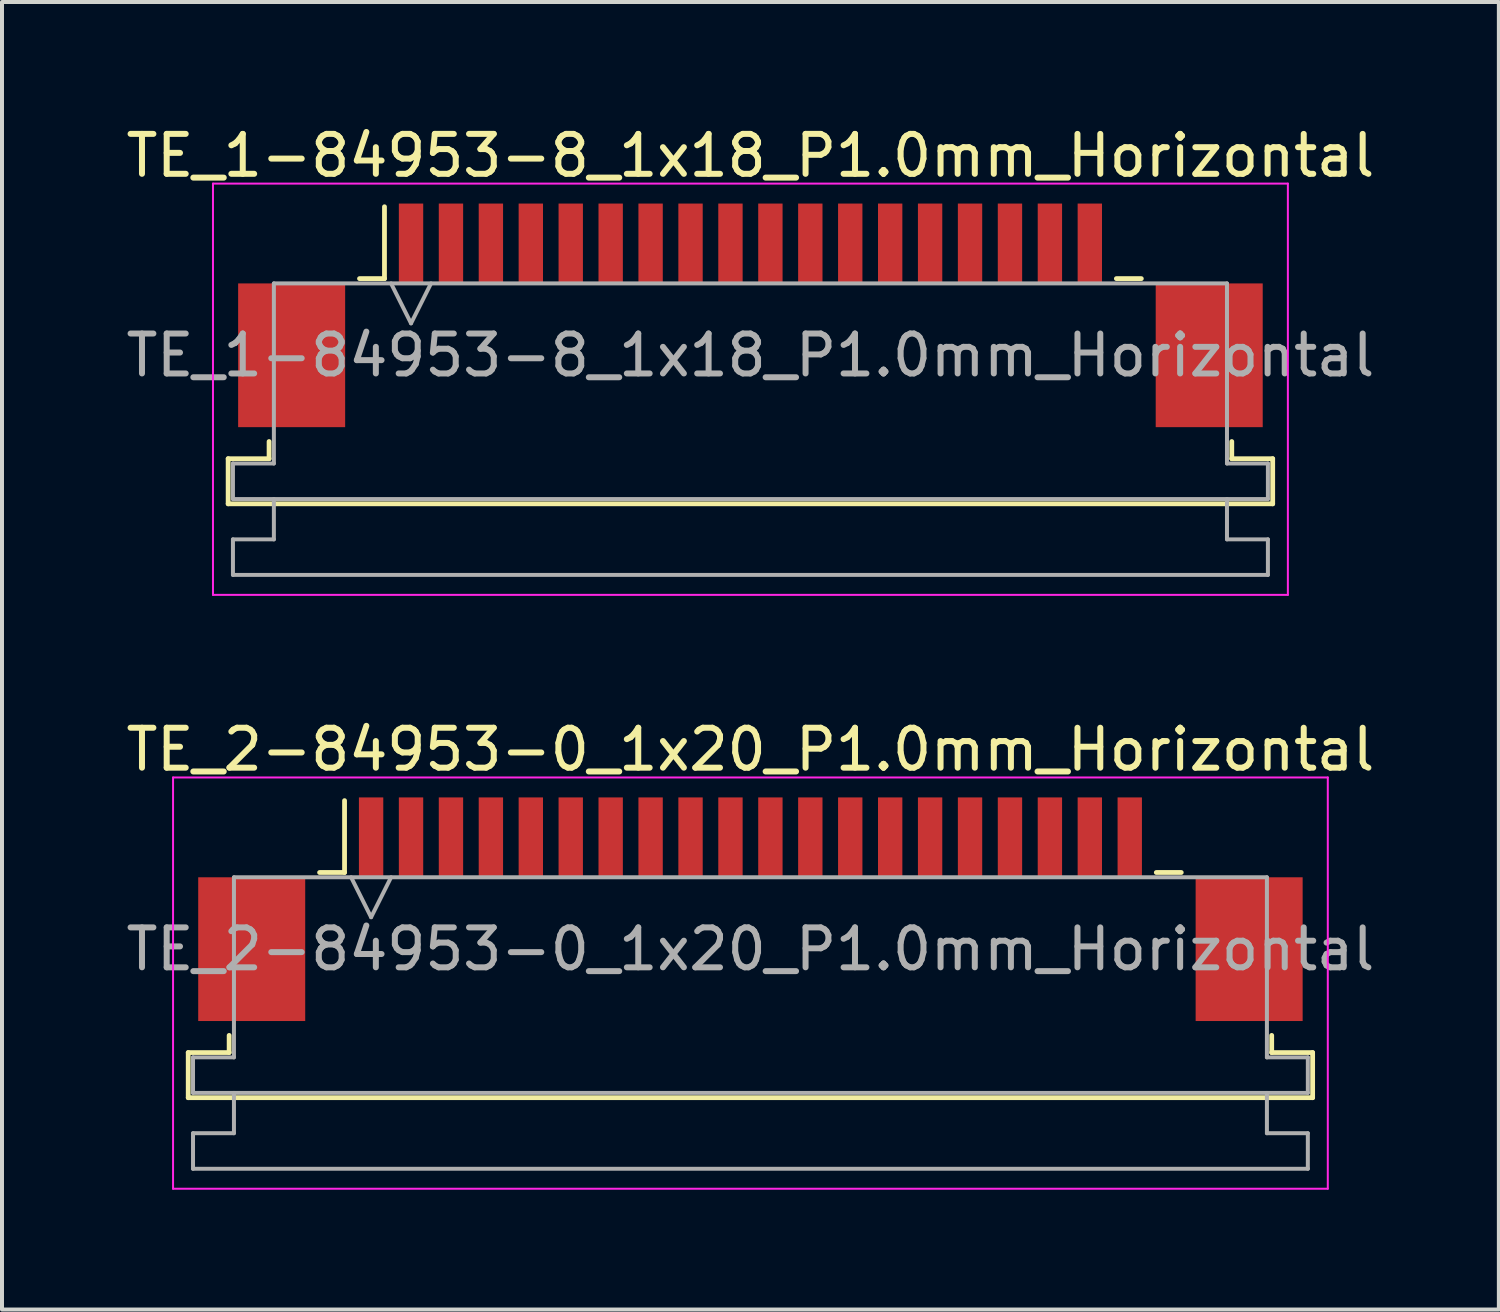
<source format=kicad_pcb>
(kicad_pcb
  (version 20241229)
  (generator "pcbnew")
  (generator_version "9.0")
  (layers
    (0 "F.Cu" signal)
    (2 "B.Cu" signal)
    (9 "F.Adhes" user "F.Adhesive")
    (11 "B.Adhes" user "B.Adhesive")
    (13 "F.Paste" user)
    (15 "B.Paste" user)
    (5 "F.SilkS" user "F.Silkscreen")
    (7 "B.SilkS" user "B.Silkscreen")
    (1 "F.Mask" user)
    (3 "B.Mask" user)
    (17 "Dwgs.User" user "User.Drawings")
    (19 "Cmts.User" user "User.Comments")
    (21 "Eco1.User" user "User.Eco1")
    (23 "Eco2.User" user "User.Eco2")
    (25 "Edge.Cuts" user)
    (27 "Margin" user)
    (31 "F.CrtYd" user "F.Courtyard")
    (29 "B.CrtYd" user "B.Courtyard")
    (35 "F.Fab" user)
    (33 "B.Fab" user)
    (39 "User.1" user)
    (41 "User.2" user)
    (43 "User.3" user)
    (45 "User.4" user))
  (footprint "TE_1-84953-8_1x18_P1.0mm_Horizontal"
    (layer "F.Cu")
    (at 15.744 4.848)
    (property "Reference" "TE_1-84953-8_1x18_P1.0mm_Horizontal" (at 0 -4 0) (layer "F.SilkS") (effects (font (size 1 1) (thickness 0.15))))
    (attr smd)
    (fp_line (start -13.08 3.59) (end -12.055 3.59) (stroke (width 0.12) (type solid)) (layer "F.SilkS"))
    (fp_line (start -13.08 4.72) (end -13.08 3.59) (stroke (width 0.12) (type solid)) (layer "F.SilkS"))
    (fp_line (start -12.055 3.59) (end -12.055 3.16) (stroke (width 0.12) (type solid)) (layer "F.SilkS"))
    (fp_line (start -9.79 -0.92) (end -9.165 -0.92) (stroke (width 0.12) (type solid)) (layer "F.SilkS"))
    (fp_line (start -9.165 -0.92) (end -9.165 -2.72) (stroke (width 0.12) (type solid)) (layer "F.SilkS"))
    (fp_line (start 9.165 -0.92) (end 9.79 -0.92) (stroke (width 0.12) (type solid)) (layer "F.SilkS"))
    (fp_line (start 12.055 3.16) (end 12.055 3.59) (stroke (width 0.12) (type solid)) (layer "F.SilkS"))
    (fp_line (start 12.055 3.59) (end 13.08 3.59) (stroke (width 0.12) (type solid)) (layer "F.SilkS"))
    (fp_line (start 13.08 3.59) (end 13.08 4.72) (stroke (width 0.12) (type solid)) (layer "F.SilkS"))
    (fp_line (start 13.08 4.72) (end -13.08 4.72) (stroke (width 0.12) (type solid)) (layer "F.SilkS"))
    (fp_line (start -13.46 -3.3) (end -13.46 7) (stroke (width 0.05) (type solid)) (layer "F.CrtYd"))
    (fp_line (start -13.46 7) (end 13.46 7) (stroke (width 0.05) (type solid)) (layer "F.CrtYd"))
    (fp_line (start 13.46 -3.3) (end -13.46 -3.3) (stroke (width 0.05) (type solid)) (layer "F.CrtYd"))
    (fp_line (start 13.46 7) (end 13.46 -3.3) (stroke (width 0.05) (type solid)) (layer "F.CrtYd"))
    (fp_line (start -12.96 3.71) (end -11.935 3.71) (stroke (width 0.1) (type solid)) (layer "F.Fab"))
    (fp_line (start -12.96 4.6) (end -12.96 3.71) (stroke (width 0.1) (type solid)) (layer "F.Fab"))
    (fp_line (start -12.96 5.61) (end -11.935 5.61) (stroke (width 0.1) (type solid)) (layer "F.Fab"))
    (fp_line (start -12.96 6.5) (end -12.96 5.61) (stroke (width 0.1) (type solid)) (layer "F.Fab"))
    (fp_line (start -11.935 -0.8) (end 11.935 -0.8) (stroke (width 0.1) (type solid)) (layer "F.Fab"))
    (fp_line (start -11.935 3.71) (end -11.935 -0.8) (stroke (width 0.1) (type solid)) (layer "F.Fab"))
    (fp_line (start -11.935 5.61) (end -11.935 4.6) (stroke (width 0.1) (type solid)) (layer "F.Fab"))
    (fp_line (start -9 -0.8) (end -8.5 0.2) (stroke (width 0.1) (type solid)) (layer "F.Fab"))
    (fp_line (start -8.5 0.2) (end -8 -0.8) (stroke (width 0.1) (type solid)) (layer "F.Fab"))
    (fp_line (start 11.935 -0.8) (end 11.935 3.71) (stroke (width 0.1) (type solid)) (layer "F.Fab"))
    (fp_line (start 11.935 3.71) (end 12.96 3.71) (stroke (width 0.1) (type solid)) (layer "F.Fab"))
    (fp_line (start 11.935 4.6) (end 11.935 5.61) (stroke (width 0.1) (type solid)) (layer "F.Fab"))
    (fp_line (start 11.935 5.61) (end 12.96 5.61) (stroke (width 0.1) (type solid)) (layer "F.Fab"))
    (fp_line (start 12.96 3.71) (end 12.96 4.6) (stroke (width 0.1) (type solid)) (layer "F.Fab"))
    (fp_line (start 12.96 4.6) (end -12.96 4.6) (stroke (width 0.1) (type solid)) (layer "F.Fab"))
    (fp_line (start 12.96 5.61) (end 12.96 6.5) (stroke (width 0.1) (type solid)) (layer "F.Fab"))
    (fp_line (start 12.96 6.5) (end -12.96 6.5) (stroke (width 0.1) (type solid)) (layer "F.Fab"))
    (fp_text user "${REFERENCE}" (at 0 1 0) (layer "F.Fab") (effects (font (size 1 1) (thickness 0.15))))
    (pad "" smd rect (at -11.49 1) (size 2.68 3.6) (layers "F.Cu" "F.Mask" "F.Paste"))
    (pad "" smd rect (at 11.49 1) (size 2.68 3.6) (layers "F.Cu" "F.Mask" "F.Paste"))
    (pad "1" smd rect (at -8.5 -1.8) (size 0.61 2) (layers "F.Cu" "F.Mask" "F.Paste"))
    (pad "2" smd rect (at -7.5 -1.8) (size 0.61 2) (layers "F.Cu" "F.Mask" "F.Paste"))
    (pad "3" smd rect (at -6.5 -1.8) (size 0.61 2) (layers "F.Cu" "F.Mask" "F.Paste"))
    (pad "4" smd rect (at -5.5 -1.8) (size 0.61 2) (layers "F.Cu" "F.Mask" "F.Paste"))
    (pad "5" smd rect (at -4.5 -1.8) (size 0.61 2) (layers "F.Cu" "F.Mask" "F.Paste"))
    (pad "6" smd rect (at -3.5 -1.8) (size 0.61 2) (layers "F.Cu" "F.Mask" "F.Paste"))
    (pad "7" smd rect (at -2.5 -1.8) (size 0.61 2) (layers "F.Cu" "F.Mask" "F.Paste"))
    (pad "8" smd rect (at -1.5 -1.8) (size 0.61 2) (layers "F.Cu" "F.Mask" "F.Paste"))
    (pad "9" smd rect (at -0.5 -1.8) (size 0.61 2) (layers "F.Cu" "F.Mask" "F.Paste"))
    (pad "10" smd rect (at 0.5 -1.8) (size 0.61 2) (layers "F.Cu" "F.Mask" "F.Paste"))
    (pad "11" smd rect (at 1.5 -1.8) (size 0.61 2) (layers "F.Cu" "F.Mask" "F.Paste"))
    (pad "12" smd rect (at 2.5 -1.8) (size 0.61 2) (layers "F.Cu" "F.Mask" "F.Paste"))
    (pad "13" smd rect (at 3.5 -1.8) (size 0.61 2) (layers "F.Cu" "F.Mask" "F.Paste"))
    (pad "14" smd rect (at 4.5 -1.8) (size 0.61 2) (layers "F.Cu" "F.Mask" "F.Paste"))
    (pad "15" smd rect (at 5.5 -1.8) (size 0.61 2) (layers "F.Cu" "F.Mask" "F.Paste"))
    (pad "16" smd rect (at 6.5 -1.8) (size 0.61 2) (layers "F.Cu" "F.Mask" "F.Paste"))
    (pad "17" smd rect (at 7.5 -1.8) (size 0.61 2) (layers "F.Cu" "F.Mask" "F.Paste"))
    (pad "18" smd rect (at 8.5 -1.8) (size 0.61 2) (layers "F.Cu" "F.Mask" "F.Paste")))
  (footprint "TE_2-84953-0_1x20_P1.0mm_Horizontal"
    (layer "F.Cu")
    (at 15.744 19.721)
    (property "Reference" "TE_2-84953-0_1x20_P1.0mm_Horizontal" (at 0 -4 0) (layer "F.SilkS") (effects (font (size 1 1) (thickness 0.15))))
    (attr smd)
    (fp_line (start -14.08 3.59) (end -13.055 3.59) (stroke (width 0.12) (type solid)) (layer "F.SilkS"))
    (fp_line (start -14.08 4.72) (end -14.08 3.59) (stroke (width 0.12) (type solid)) (layer "F.SilkS"))
    (fp_line (start -13.055 3.59) (end -13.055 3.16) (stroke (width 0.12) (type solid)) (layer "F.SilkS"))
    (fp_line (start -10.79 -0.92) (end -10.165 -0.92) (stroke (width 0.12) (type solid)) (layer "F.SilkS"))
    (fp_line (start -10.165 -0.92) (end -10.165 -2.72) (stroke (width 0.12) (type solid)) (layer "F.SilkS"))
    (fp_line (start 10.165 -0.92) (end 10.79 -0.92) (stroke (width 0.12) (type solid)) (layer "F.SilkS"))
    (fp_line (start 13.055 3.16) (end 13.055 3.59) (stroke (width 0.12) (type solid)) (layer "F.SilkS"))
    (fp_line (start 13.055 3.59) (end 14.08 3.59) (stroke (width 0.12) (type solid)) (layer "F.SilkS"))
    (fp_line (start 14.08 3.59) (end 14.08 4.72) (stroke (width 0.12) (type solid)) (layer "F.SilkS"))
    (fp_line (start 14.08 4.72) (end -14.08 4.72) (stroke (width 0.12) (type solid)) (layer "F.SilkS"))
    (fp_line (start -14.46 -3.3) (end -14.46 7) (stroke (width 0.05) (type solid)) (layer "F.CrtYd"))
    (fp_line (start -14.46 7) (end 14.46 7) (stroke (width 0.05) (type solid)) (layer "F.CrtYd"))
    (fp_line (start 14.46 -3.3) (end -14.46 -3.3) (stroke (width 0.05) (type solid)) (layer "F.CrtYd"))
    (fp_line (start 14.46 7) (end 14.46 -3.3) (stroke (width 0.05) (type solid)) (layer "F.CrtYd"))
    (fp_line (start -13.96 3.71) (end -12.935 3.71) (stroke (width 0.1) (type solid)) (layer "F.Fab"))
    (fp_line (start -13.96 4.6) (end -13.96 3.71) (stroke (width 0.1) (type solid)) (layer "F.Fab"))
    (fp_line (start -13.96 5.61) (end -12.935 5.61) (stroke (width 0.1) (type solid)) (layer "F.Fab"))
    (fp_line (start -13.96 6.5) (end -13.96 5.61) (stroke (width 0.1) (type solid)) (layer "F.Fab"))
    (fp_line (start -12.935 -0.8) (end 12.935 -0.8) (stroke (width 0.1) (type solid)) (layer "F.Fab"))
    (fp_line (start -12.935 3.71) (end -12.935 -0.8) (stroke (width 0.1) (type solid)) (layer "F.Fab"))
    (fp_line (start -12.935 5.61) (end -12.935 4.6) (stroke (width 0.1) (type solid)) (layer "F.Fab"))
    (fp_line (start -10 -0.8) (end -9.5 0.2) (stroke (width 0.1) (type solid)) (layer "F.Fab"))
    (fp_line (start -9.5 0.2) (end -9 -0.8) (stroke (width 0.1) (type solid)) (layer "F.Fab"))
    (fp_line (start 12.935 -0.8) (end 12.935 3.71) (stroke (width 0.1) (type solid)) (layer "F.Fab"))
    (fp_line (start 12.935 3.71) (end 13.96 3.71) (stroke (width 0.1) (type solid)) (layer "F.Fab"))
    (fp_line (start 12.935 4.6) (end 12.935 5.61) (stroke (width 0.1) (type solid)) (layer "F.Fab"))
    (fp_line (start 12.935 5.61) (end 13.96 5.61) (stroke (width 0.1) (type solid)) (layer "F.Fab"))
    (fp_line (start 13.96 3.71) (end 13.96 4.6) (stroke (width 0.1) (type solid)) (layer "F.Fab"))
    (fp_line (start 13.96 4.6) (end -13.96 4.6) (stroke (width 0.1) (type solid)) (layer "F.Fab"))
    (fp_line (start 13.96 5.61) (end 13.96 6.5) (stroke (width 0.1) (type solid)) (layer "F.Fab"))
    (fp_line (start 13.96 6.5) (end -13.96 6.5) (stroke (width 0.1) (type solid)) (layer "F.Fab"))
    (fp_text user "${REFERENCE}" (at 0 1 0) (layer "F.Fab") (effects (font (size 1 1) (thickness 0.15))))
    (pad "" smd rect (at -12.49 1) (size 2.68 3.6) (layers "F.Cu" "F.Mask" "F.Paste"))
    (pad "" smd rect (at 12.49 1) (size 2.68 3.6) (layers "F.Cu" "F.Mask" "F.Paste"))
    (pad "1" smd rect (at -9.5 -1.8) (size 0.61 2) (layers "F.Cu" "F.Mask" "F.Paste"))
    (pad "2" smd rect (at -8.5 -1.8) (size 0.61 2) (layers "F.Cu" "F.Mask" "F.Paste"))
    (pad "3" smd rect (at -7.5 -1.8) (size 0.61 2) (layers "F.Cu" "F.Mask" "F.Paste"))
    (pad "4" smd rect (at -6.5 -1.8) (size 0.61 2) (layers "F.Cu" "F.Mask" "F.Paste"))
    (pad "5" smd rect (at -5.5 -1.8) (size 0.61 2) (layers "F.Cu" "F.Mask" "F.Paste"))
    (pad "6" smd rect (at -4.5 -1.8) (size 0.61 2) (layers "F.Cu" "F.Mask" "F.Paste"))
    (pad "7" smd rect (at -3.5 -1.8) (size 0.61 2) (layers "F.Cu" "F.Mask" "F.Paste"))
    (pad "8" smd rect (at -2.5 -1.8) (size 0.61 2) (layers "F.Cu" "F.Mask" "F.Paste"))
    (pad "9" smd rect (at -1.5 -1.8) (size 0.61 2) (layers "F.Cu" "F.Mask" "F.Paste"))
    (pad "10" smd rect (at -0.5 -1.8) (size 0.61 2) (layers "F.Cu" "F.Mask" "F.Paste"))
    (pad "11" smd rect (at 0.5 -1.8) (size 0.61 2) (layers "F.Cu" "F.Mask" "F.Paste"))
    (pad "12" smd rect (at 1.5 -1.8) (size 0.61 2) (layers "F.Cu" "F.Mask" "F.Paste"))
    (pad "13" smd rect (at 2.5 -1.8) (size 0.61 2) (layers "F.Cu" "F.Mask" "F.Paste"))
    (pad "14" smd rect (at 3.5 -1.8) (size 0.61 2) (layers "F.Cu" "F.Mask" "F.Paste"))
    (pad "15" smd rect (at 4.5 -1.8) (size 0.61 2) (layers "F.Cu" "F.Mask" "F.Paste"))
    (pad "16" smd rect (at 5.5 -1.8) (size 0.61 2) (layers "F.Cu" "F.Mask" "F.Paste"))
    (pad "17" smd rect (at 6.5 -1.8) (size 0.61 2) (layers "F.Cu" "F.Mask" "F.Paste"))
    (pad "18" smd rect (at 7.5 -1.8) (size 0.61 2) (layers "F.Cu" "F.Mask" "F.Paste"))
    (pad "19" smd rect (at 8.5 -1.8) (size 0.61 2) (layers "F.Cu" "F.Mask" "F.Paste"))
    (pad "20" smd rect (at 9.5 -1.8) (size 0.61 2) (layers "F.Cu" "F.Mask" "F.Paste")))
  (gr_rect
    (start -3 -3)
    (end 34.488 29.747)
    (stroke (width 0.1) (type default))
    (fill no)
    (layer "Edge.Cuts")))
</source>
